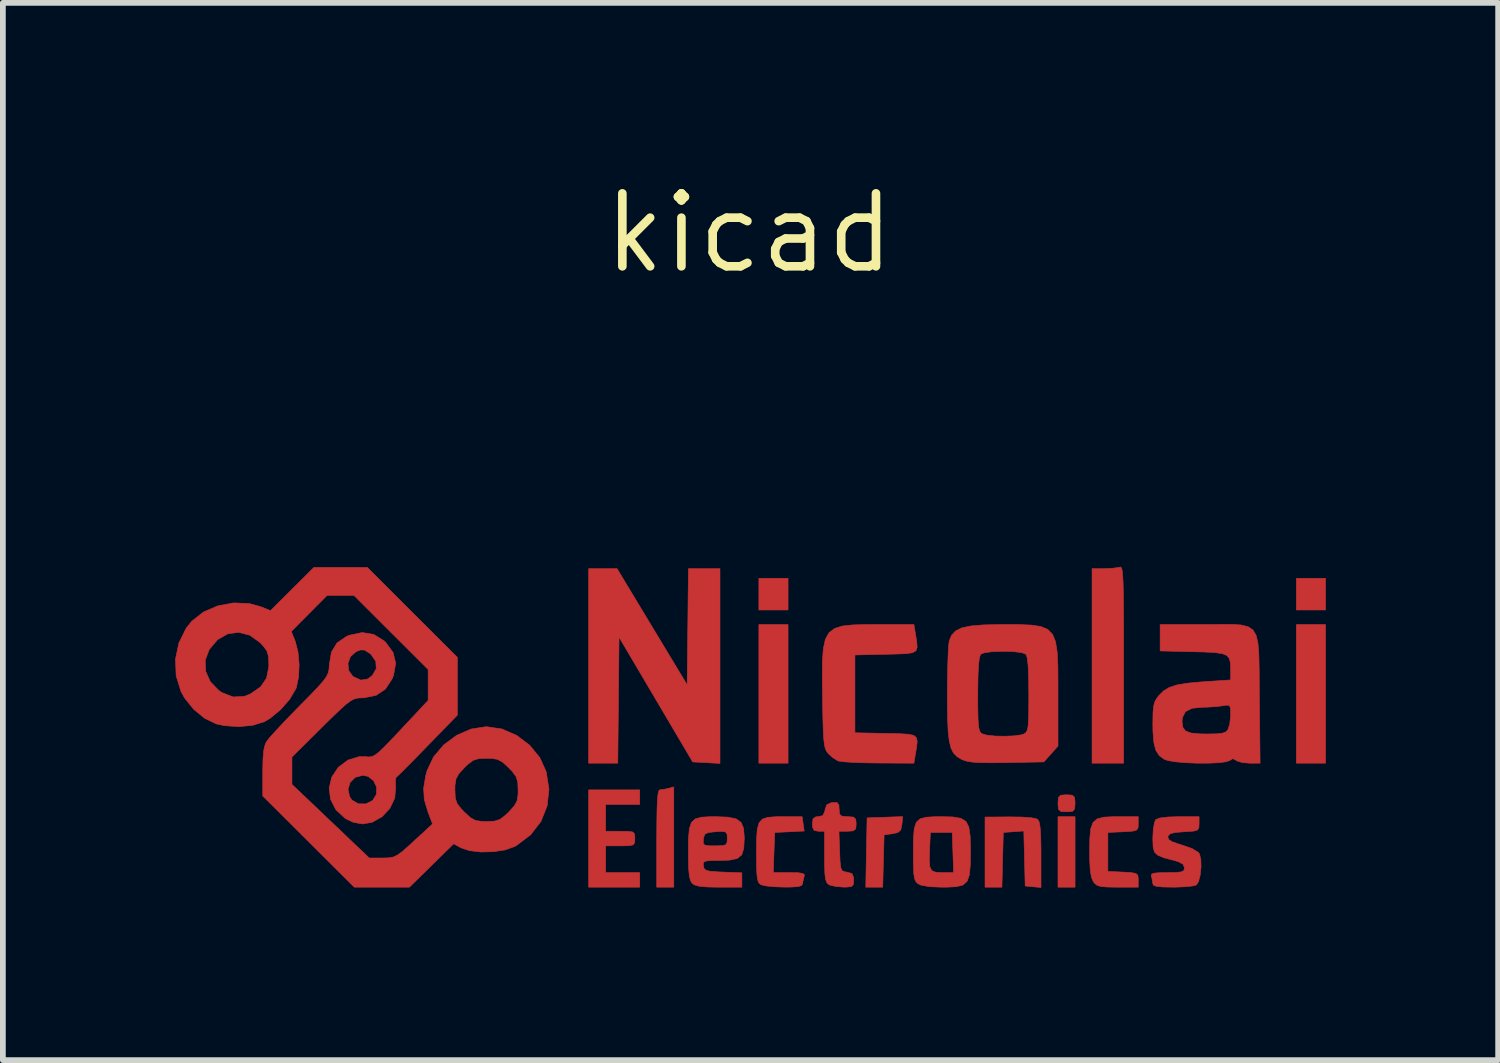
<source format=kicad_pcb>
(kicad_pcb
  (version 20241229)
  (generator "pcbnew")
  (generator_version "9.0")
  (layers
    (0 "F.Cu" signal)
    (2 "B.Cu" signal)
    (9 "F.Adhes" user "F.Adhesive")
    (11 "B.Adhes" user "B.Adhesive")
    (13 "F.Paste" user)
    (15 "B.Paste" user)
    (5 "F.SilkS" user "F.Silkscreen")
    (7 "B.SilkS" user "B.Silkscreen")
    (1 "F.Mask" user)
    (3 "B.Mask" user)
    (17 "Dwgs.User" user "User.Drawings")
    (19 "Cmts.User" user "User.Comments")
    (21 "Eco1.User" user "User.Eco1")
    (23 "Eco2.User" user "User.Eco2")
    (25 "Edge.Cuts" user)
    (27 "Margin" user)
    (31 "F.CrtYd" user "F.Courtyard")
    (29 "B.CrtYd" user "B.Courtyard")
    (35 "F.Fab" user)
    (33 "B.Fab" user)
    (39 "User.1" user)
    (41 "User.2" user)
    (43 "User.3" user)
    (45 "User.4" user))
  (footprint "kicad"
    (layer "F.Cu")
    (at 9.991 1.006)
    (property "Reference" "kicad" (at 0 0 0) (layer "F.SilkS") (effects (font (size 1.27 1.27) (thickness 0.15))))
    (attr through_hole)
    (fp_poly (pts (xy 0.677 6.562) (xy 0.169 6.562) (xy 0.169 6.011) (xy 0.677 6.011) (xy 0.677 6.562)) (stroke (width 0.01) (type solid)) (fill yes) (layer "F.Cu"))
    (fp_poly (pts (xy 0.677 9.229) (xy 0.169 9.229) (xy 0.169 6.816) (xy 0.677 6.816) (xy 0.677 9.229)) (stroke (width 0.01) (type solid)) (fill yes) (layer "F.Cu"))
    (fp_poly (pts (xy 5.673 11.388) (xy 5.376 11.388) (xy 5.376 10.16) (xy 5.673 10.16) (xy 5.673 11.388)) (stroke (width 0.01) (type solid)) (fill yes) (layer "F.Cu"))
    (fp_poly (pts (xy 10.033 6.562) (xy 9.525 6.562) (xy 9.525 6.011) (xy 10.033 6.011) (xy 10.033 6.562)) (stroke (width 0.01) (type solid)) (fill yes) (layer "F.Cu"))
    (fp_poly (pts (xy 10.033 9.229) (xy 9.525 9.229) (xy 9.525 6.816) (xy 10.033 6.816) (xy 10.033 9.229)) (stroke (width 0.01) (type solid)) (fill yes) (layer "F.Cu"))
    (fp_poly (pts (xy 2.659 10.297) (xy 2.639 10.392) (xy 2.586 10.437) (xy 2.498 10.456) (xy 2.349 10.477) (xy 2.325 11.388) (xy 2.03 11.388) (xy 2.041 10.784) (xy 2.053 10.181) (xy 2.363 10.17) (xy 2.672 10.159) (xy 2.659 10.297)) (stroke (width 0.01) (type solid)) (fill yes) (layer "F.Cu"))
    (fp_poly (pts (xy -1.312 11.388) (xy -1.609 11.388) (xy -1.609 10.541) (xy -1.607 10.238) (xy -1.603 10.01) (xy -1.596 9.851) (xy -1.584 9.751) (xy -1.569 9.702) (xy -1.556 9.694) (xy -1.474 9.683) (xy -1.408 9.668) (xy -1.312 9.642) (xy -1.312 11.388)) (stroke (width 0.01) (type solid)) (fill yes) (layer "F.Cu"))
    (fp_poly (pts (xy -1.69 6.854) (xy -1.079 7.866) (xy -1.068 6.854) (xy -1.057 5.842) (xy -0.508 5.842) (xy -0.508 9.233) (xy -0.746 9.22) (xy -0.983 9.207) (xy -2.265 7.035) (xy -2.287 9.229) (xy -2.794 9.229) (xy -2.794 5.842) (xy -2.3 5.842) (xy -1.69 6.854)) (stroke (width 0.01) (type solid)) (fill yes) (layer "F.Cu"))
    (fp_poly (pts (xy 5.624 9.786) (xy 5.665 9.823) (xy 5.673 9.916) (xy 5.673 9.927) (xy 5.666 10.026) (xy 5.629 10.067) (xy 5.536 10.075) (xy 5.524 10.075) (xy 5.425 10.069) (xy 5.384 10.032) (xy 5.376 9.938) (xy 5.376 9.927) (xy 5.383 9.828) (xy 5.42 9.787) (xy 5.513 9.779) (xy 5.524 9.779) (xy 5.624 9.786)) (stroke (width 0.01) (type solid)) (fill yes) (layer "F.Cu"))
    (fp_poly (pts (xy 6.469 5.816) (xy 6.483 5.835) (xy 6.494 5.881) (xy 6.502 5.96) (xy 6.509 6.08) (xy 6.513 6.249) (xy 6.516 6.473) (xy 6.518 6.761) (xy 6.519 7.119) (xy 6.519 7.51) (xy 6.519 9.229) (xy 5.969 9.229) (xy 5.969 5.842) (xy 6.177 5.842) (xy 6.314 5.837) (xy 6.422 5.824) (xy 6.452 5.816) (xy 6.469 5.816)) (stroke (width 0.01) (type solid)) (fill yes) (layer "F.Cu"))
    (fp_poly (pts (xy 4.749 10.167) (xy 4.911 10.179) (xy 5.007 10.199) (xy 5.023 10.208) (xy 5.048 10.252) (xy 5.065 10.345) (xy 5.075 10.496) (xy 5.08 10.716) (xy 5.08 10.824) (xy 5.08 11.393) (xy 4.942 11.38) (xy 4.805 11.367) (xy 4.793 10.888) (xy 4.781 10.409) (xy 4.602 10.422) (xy 4.424 10.435) (xy 4.4 11.388) (xy 4.106 11.388) (xy 4.106 10.167) (xy 4.536 10.164) (xy 4.749 10.167)) (stroke (width 0.01) (type solid)) (fill yes) (layer "F.Cu"))
    (fp_poly (pts (xy -1.905 9.948) (xy -2.498 9.948) (xy -2.498 10.414) (xy -2.244 10.414) (xy -2.103 10.416) (xy -2.027 10.427) (xy -1.996 10.459) (xy -1.99 10.52) (xy -1.99 10.541) (xy -1.993 10.611) (xy -2.016 10.649) (xy -2.079 10.665) (xy -2.203 10.668) (xy -2.244 10.668) (xy -2.498 10.668) (xy -2.498 11.134) (xy -1.905 11.134) (xy -1.905 11.388) (xy -2.794 11.388) (xy -2.794 9.694) (xy -1.905 9.694) (xy -1.905 9.948)) (stroke (width 0.01) (type solid)) (fill yes) (layer "F.Cu"))
    (fp_poly (pts (xy 6.773 10.285) (xy 6.77 10.353) (xy 6.746 10.392) (xy 6.682 10.411) (xy 6.558 10.42) (xy 6.509 10.423) (xy 6.244 10.435) (xy 6.244 11.113) (xy 6.509 11.125) (xy 6.653 11.134) (xy 6.732 11.149) (xy 6.766 11.181) (xy 6.773 11.239) (xy 6.773 11.263) (xy 6.773 11.388) (xy 6.416 11.388) (xy 6.238 11.385) (xy 6.124 11.376) (xy 6.055 11.355) (xy 6.01 11.317) (xy 5.993 11.294) (xy 5.959 11.218) (xy 5.938 11.099) (xy 5.928 10.92) (xy 5.927 10.774) (xy 5.93 10.535) (xy 5.947 10.367) (xy 5.987 10.259) (xy 6.061 10.197) (xy 6.179 10.168) (xy 6.351 10.16) (xy 6.416 10.16) (xy 6.773 10.16) (xy 6.773 10.285)) (stroke (width 0.01) (type solid)) (fill yes) (layer "F.Cu"))
    (fp_poly (pts (xy 0.958 10.41) (xy 0.701 10.423) (xy 0.445 10.435) (xy 0.432 10.784) (xy 0.42 11.134) (xy 0.701 11.134) (xy 0.852 11.136) (xy 0.933 11.148) (xy 0.962 11.171) (xy 0.957 11.201) (xy 0.934 11.296) (xy 0.931 11.328) (xy 0.912 11.359) (xy 0.846 11.378) (xy 0.717 11.386) (xy 0.603 11.386) (xy 0.436 11.38) (xy 0.295 11.366) (xy 0.208 11.345) (xy 0.201 11.342) (xy 0.169 11.313) (xy 0.148 11.26) (xy 0.135 11.169) (xy 0.129 11.023) (xy 0.127 10.809) (xy 0.127 10.796) (xy 0.129 10.552) (xy 0.141 10.38) (xy 0.172 10.268) (xy 0.231 10.202) (xy 0.328 10.171) (xy 0.472 10.161) (xy 0.591 10.16) (xy 0.922 10.16) (xy 0.958 10.41)) (stroke (width 0.01) (type solid)) (fill yes) (layer "F.Cu"))
    (fp_poly (pts (xy 3.549 10.165) (xy 3.686 10.189) (xy 3.774 10.243) (xy 3.824 10.342) (xy 3.847 10.498) (xy 3.852 10.724) (xy 3.852 10.764) (xy 3.849 11.006) (xy 3.833 11.175) (xy 3.794 11.285) (xy 3.723 11.349) (xy 3.609 11.379) (xy 3.444 11.387) (xy 3.371 11.388) (xy 3.141 11.379) (xy 2.992 11.352) (xy 2.94 11.328) (xy 2.904 11.293) (xy 2.88 11.241) (xy 2.866 11.156) (xy 2.86 11.021) (xy 2.858 10.915) (xy 3.136 10.915) (xy 3.145 11.034) (xy 3.178 11.099) (xy 3.244 11.127) (xy 3.349 11.134) (xy 3.366 11.134) (xy 3.559 11.134) (xy 3.547 10.784) (xy 3.535 10.435) (xy 3.154 10.435) (xy 3.141 10.727) (xy 3.136 10.915) (xy 2.858 10.915) (xy 2.858 10.82) (xy 2.857 10.774) (xy 2.86 10.535) (xy 2.874 10.368) (xy 2.909 10.259) (xy 2.977 10.197) (xy 3.087 10.169) (xy 3.25 10.16) (xy 3.352 10.16) (xy 3.549 10.165)) (stroke (width 0.01) (type solid)) (fill yes) (layer "F.Cu"))
    (fp_poly (pts (xy 2.894 6.974) (xy 2.917 7.114) (xy 2.924 7.21) (xy 2.904 7.271) (xy 2.844 7.306) (xy 2.732 7.323) (xy 2.557 7.329) (xy 2.381 7.333) (xy 1.841 7.345) (xy 1.841 8.7) (xy 2.381 8.711) (xy 2.611 8.716) (xy 2.768 8.725) (xy 2.865 8.745) (xy 2.913 8.787) (xy 2.925 8.856) (xy 2.912 8.963) (xy 2.894 9.07) (xy 2.868 9.229) (xy 2.249 9.226) (xy 2.022 9.223) (xy 1.82 9.216) (xy 1.661 9.206) (xy 1.563 9.193) (xy 1.545 9.189) (xy 1.454 9.131) (xy 1.376 9.06) (xy 1.347 9.022) (xy 1.325 8.973) (xy 1.309 8.9) (xy 1.297 8.792) (xy 1.289 8.637) (xy 1.283 8.421) (xy 1.278 8.135) (xy 1.278 8.113) (xy 1.273 7.748) (xy 1.275 7.459) (xy 1.291 7.237) (xy 1.327 7.072) (xy 1.39 6.958) (xy 1.487 6.884) (xy 1.623 6.841) (xy 1.806 6.822) (xy 2.041 6.816) (xy 2.236 6.816) (xy 2.868 6.816) (xy 2.894 6.974)) (stroke (width 0.01) (type solid)) (fill yes) (layer "F.Cu"))
    (fp_poly (pts (xy 1.531 9.914) (xy 1.562 9.957) (xy 1.566 10.03) (xy 1.574 10.117) (xy 1.615 10.153) (xy 1.714 10.16) (xy 1.814 10.167) (xy 1.855 10.203) (xy 1.863 10.287) (xy 1.855 10.372) (xy 1.813 10.407) (xy 1.713 10.414) (xy 1.713 10.414) (xy 1.563 10.414) (xy 1.575 10.763) (xy 1.582 10.934) (xy 1.593 11.039) (xy 1.613 11.094) (xy 1.65 11.117) (xy 1.704 11.126) (xy 1.788 11.15) (xy 1.818 11.215) (xy 1.82 11.263) (xy 1.814 11.341) (xy 1.78 11.377) (xy 1.694 11.386) (xy 1.64 11.386) (xy 1.509 11.376) (xy 1.405 11.351) (xy 1.386 11.342) (xy 1.353 11.311) (xy 1.331 11.253) (xy 1.318 11.154) (xy 1.313 10.997) (xy 1.312 10.856) (xy 1.312 10.414) (xy 1.206 10.414) (xy 1.131 10.4) (xy 1.103 10.342) (xy 1.101 10.287) (xy 1.112 10.196) (xy 1.161 10.163) (xy 1.204 10.16) (xy 1.283 10.141) (xy 1.317 10.066) (xy 1.32 10.044) (xy 1.35 9.953) (xy 1.431 9.916) (xy 1.45 9.914) (xy 1.531 9.914)) (stroke (width 0.01) (type solid)) (fill yes) (layer "F.Cu"))
    (fp_poly (pts (xy 7.832 10.285) (xy 7.828 10.353) (xy 7.804 10.392) (xy 7.74 10.411) (xy 7.616 10.42) (xy 7.568 10.423) (xy 7.416 10.435) (xy 7.33 10.456) (xy 7.294 10.493) (xy 7.289 10.508) (xy 7.3 10.555) (xy 7.361 10.596) (xy 7.488 10.64) (xy 7.535 10.654) (xy 7.707 10.714) (xy 7.815 10.779) (xy 7.839 10.809) (xy 7.863 10.905) (xy 7.866 11.039) (xy 7.851 11.179) (xy 7.821 11.293) (xy 7.785 11.349) (xy 7.717 11.367) (xy 7.589 11.38) (xy 7.425 11.387) (xy 7.377 11.387) (xy 7.198 11.384) (xy 7.089 11.373) (xy 7.037 11.352) (xy 7.027 11.328) (xy 7.012 11.235) (xy 7.002 11.201) (xy 7 11.166) (xy 7.037 11.145) (xy 7.13 11.136) (xy 7.277 11.134) (xy 7.434 11.131) (xy 7.525 11.121) (xy 7.567 11.098) (xy 7.578 11.057) (xy 7.578 11.051) (xy 7.554 10.989) (xy 7.471 10.944) (xy 7.398 10.922) (xy 7.222 10.876) (xy 7.114 10.832) (xy 7.055 10.776) (xy 7.032 10.689) (xy 7.027 10.555) (xy 7.027 10.529) (xy 7.035 10.375) (xy 7.056 10.259) (xy 7.078 10.211) (xy 7.15 10.183) (xy 7.292 10.166) (xy 7.48 10.16) (xy 7.832 10.16) (xy 7.832 10.285)) (stroke (width 0.01) (type solid)) (fill yes) (layer "F.Cu"))
    (fp_poly (pts (xy -0.373 10.168) (xy -0.228 10.198) (xy -0.141 10.26) (xy -0.097 10.364) (xy -0.085 10.52) (xy -0.085 10.54) (xy -0.094 10.714) (xy -0.13 10.826) (xy -0.209 10.889) (xy -0.345 10.917) (xy -0.514 10.922) (xy -0.669 10.924) (xy -0.756 10.933) (xy -0.794 10.955) (xy -0.799 10.996) (xy -0.797 11.017) (xy -0.783 11.066) (xy -0.748 11.095) (xy -0.672 11.112) (xy -0.537 11.121) (xy -0.455 11.125) (xy -0.127 11.137) (xy -0.127 11.388) (xy -0.526 11.388) (xy -0.731 11.384) (xy -0.868 11.371) (xy -0.953 11.348) (xy -0.992 11.321) (xy -1.022 11.272) (xy -1.042 11.189) (xy -1.054 11.056) (xy -1.058 10.858) (xy -1.058 10.777) (xy -1.057 10.62) (xy -0.8 10.62) (xy -0.775 10.655) (xy -0.702 10.667) (xy -0.595 10.668) (xy -0.469 10.665) (xy -0.406 10.649) (xy -0.384 10.605) (xy -0.381 10.539) (xy -0.385 10.461) (xy -0.413 10.425) (xy -0.486 10.417) (xy -0.582 10.422) (xy -0.705 10.435) (xy -0.767 10.461) (xy -0.791 10.516) (xy -0.797 10.552) (xy -0.8 10.62) (xy -1.057 10.62) (xy -1.056 10.537) (xy -1.041 10.369) (xy -1.004 10.26) (xy -0.936 10.198) (xy -0.827 10.169) (xy -0.667 10.16) (xy -0.588 10.16) (xy -0.373 10.168)) (stroke (width 0.01) (type solid)) (fill yes) (layer "F.Cu"))
    (fp_poly (pts (xy 4.69 6.816) (xy 4.909 6.825) (xy 5.076 6.849) (xy 5.197 6.9) (xy 5.281 6.985) (xy 5.333 7.113) (xy 5.362 7.295) (xy 5.374 7.539) (xy 5.376 7.853) (xy 5.376 8.041) (xy 5.376 8.931) (xy 5.253 9.069) (xy 5.129 9.207) (xy 4.48 9.219) (xy 4.215 9.222) (xy 4.021 9.219) (xy 3.881 9.21) (xy 3.782 9.193) (xy 3.709 9.168) (xy 3.697 9.162) (xy 3.618 9.114) (xy 3.558 9.053) (xy 3.514 8.967) (xy 3.484 8.846) (xy 3.464 8.677) (xy 3.454 8.451) (xy 3.45 8.155) (xy 3.45 8.029) (xy 3.979 8.029) (xy 3.98 8.279) (xy 3.984 8.457) (xy 3.992 8.578) (xy 4.006 8.653) (xy 4.027 8.696) (xy 4.053 8.717) (xy 4.143 8.742) (xy 4.286 8.757) (xy 4.454 8.76) (xy 4.616 8.753) (xy 4.742 8.735) (xy 4.786 8.719) (xy 4.818 8.696) (xy 4.84 8.658) (xy 4.855 8.591) (xy 4.863 8.482) (xy 4.867 8.317) (xy 4.868 8.084) (xy 4.868 8.029) (xy 4.865 7.74) (xy 4.856 7.53) (xy 4.841 7.396) (xy 4.819 7.333) (xy 4.818 7.332) (xy 4.746 7.305) (xy 4.605 7.287) (xy 4.424 7.281) (xy 4.232 7.288) (xy 4.095 7.306) (xy 4.03 7.332) (xy 4.008 7.392) (xy 3.992 7.523) (xy 3.983 7.729) (xy 3.979 8.015) (xy 3.979 8.029) (xy 3.45 8.029) (xy 3.45 8.022) (xy 3.452 7.762) (xy 3.457 7.524) (xy 3.464 7.323) (xy 3.473 7.177) (xy 3.483 7.1) (xy 3.525 7) (xy 3.595 6.926) (xy 3.703 6.873) (xy 3.861 6.84) (xy 4.079 6.822) (xy 4.37 6.816) (xy 4.411 6.816) (xy 4.69 6.816)) (stroke (width 0.01) (type solid)) (fill yes) (layer "F.Cu"))
    (fp_poly (pts (xy 8.562 6.823) (xy 8.684 6.853) (xy 8.769 6.91) (xy 8.825 7.004) (xy 8.857 7.143) (xy 8.872 7.336) (xy 8.878 7.593) (xy 8.88 7.92) (xy 8.881 8.103) (xy 8.894 9.229) (xy 8.71 9.229) (xy 8.585 9.218) (xy 8.492 9.19) (xy 8.475 9.178) (xy 8.418 9.149) (xy 8.374 9.178) (xy 8.304 9.204) (xy 8.172 9.221) (xy 7.997 9.229) (xy 7.801 9.229) (xy 7.603 9.221) (xy 7.426 9.206) (xy 7.289 9.183) (xy 7.226 9.161) (xy 7.138 9.096) (xy 7.079 9.004) (xy 7.045 8.869) (xy 7.029 8.675) (xy 7.027 8.531) (xy 7.028 8.504) (xy 7.535 8.504) (xy 7.548 8.603) (xy 7.595 8.668) (xy 7.69 8.704) (xy 7.848 8.719) (xy 7.966 8.721) (xy 8.137 8.718) (xy 8.242 8.706) (xy 8.303 8.682) (xy 8.337 8.64) (xy 8.338 8.639) (xy 8.366 8.545) (xy 8.381 8.413) (xy 8.382 8.379) (xy 8.379 8.268) (xy 8.357 8.222) (xy 8.3 8.219) (xy 8.25 8.229) (xy 8.128 8.244) (xy 7.97 8.254) (xy 7.893 8.255) (xy 7.709 8.273) (xy 7.594 8.332) (xy 7.541 8.436) (xy 7.535 8.504) (xy 7.028 8.504) (xy 7.03 8.35) (xy 7.042 8.23) (xy 7.067 8.147) (xy 7.113 8.076) (xy 7.135 8.049) (xy 7.216 7.969) (xy 7.315 7.91) (xy 7.446 7.867) (xy 7.626 7.837) (xy 7.871 7.814) (xy 7.948 7.809) (xy 8.382 7.78) (xy 8.381 7.605) (xy 8.378 7.491) (xy 8.361 7.41) (xy 8.318 7.355) (xy 8.236 7.322) (xy 8.103 7.303) (xy 7.907 7.293) (xy 7.727 7.289) (xy 7.154 7.275) (xy 7.154 6.816) (xy 7.912 6.816) (xy 8.182 6.814) (xy 8.397 6.813) (xy 8.562 6.823)) (stroke (width 0.01) (type solid)) (fill yes) (layer "F.Cu"))
    (fp_poly (pts (xy -5.864 6.604) (xy -5.08 7.386) (xy -5.08 8.393) (xy -5.599 8.927) (xy -5.768 9.101) (xy -5.918 9.253) (xy -6.037 9.372) (xy -6.116 9.449) (xy -6.145 9.474) (xy -6.158 9.52) (xy -6.156 9.617) (xy -6.153 9.644) (xy -6.169 9.836) (xy -6.254 10.015) (xy -6.39 10.161) (xy -6.564 10.258) (xy -6.731 10.287) (xy -6.894 10.257) (xy -7.032 10.191) (xy -7.194 10.039) (xy -7.287 9.857) (xy -7.308 9.685) (xy -6.983 9.685) (xy -6.955 9.813) (xy -6.915 9.871) (xy -6.804 9.936) (xy -6.672 9.938) (xy -6.554 9.878) (xy -6.487 9.77) (xy -6.485 9.646) (xy -6.538 9.534) (xy -6.635 9.458) (xy -6.724 9.44) (xy -6.857 9.475) (xy -6.947 9.565) (xy -6.983 9.685) (xy -7.308 9.685) (xy -7.311 9.663) (xy -7.266 9.472) (xy -7.154 9.303) (xy -6.982 9.174) (xy -6.787 9.115) (xy -6.68 9.116) (xy -6.619 9.121) (xy -6.566 9.114) (xy -6.508 9.085) (xy -6.434 9.027) (xy -6.334 8.93) (xy -6.197 8.787) (xy -6.055 8.636) (xy -5.588 8.137) (xy -5.588 7.598) (xy -6.88 6.308) (xy -7.347 6.308) (xy -7.659 6.622) (xy -7.971 6.936) (xy -7.901 7.109) (xy -7.854 7.293) (xy -7.834 7.512) (xy -7.844 7.73) (xy -7.882 7.912) (xy -7.891 7.934) (xy -7.998 8.116) (xy -8.157 8.297) (xy -8.337 8.446) (xy -8.44 8.507) (xy -8.642 8.57) (xy -8.885 8.593) (xy -9.135 8.576) (xy -9.277 8.545) (xy -9.478 8.448) (xy -9.67 8.29) (xy -9.828 8.094) (xy -9.89 7.982) (xy -9.975 7.707) (xy -9.985 7.438) (xy -9.469 7.438) (xy -9.461 7.63) (xy -9.38 7.811) (xy -9.23 7.965) (xy -9.176 8.001) (xy -8.983 8.076) (xy -8.791 8.067) (xy -8.687 8.026) (xy -8.507 7.903) (xy -8.402 7.751) (xy -8.362 7.556) (xy -8.361 7.511) (xy -8.367 7.369) (xy -8.397 7.271) (xy -8.465 7.181) (xy -8.514 7.129) (xy -8.693 7.001) (xy -8.886 6.951) (xy -9.077 6.977) (xy -9.253 7.078) (xy -9.398 7.249) (xy -9.469 7.438) (xy -9.985 7.438) (xy -9.986 7.418) (xy -9.927 7.136) (xy -9.8 6.88) (xy -9.702 6.757) (xy -9.499 6.598) (xy -9.248 6.49) (xy -8.974 6.439) (xy -8.7 6.451) (xy -8.506 6.504) (xy -8.332 6.574) (xy -7.954 6.197) (xy -7.576 5.821) (xy -6.647 5.821) (xy -5.864 6.604)) (stroke (width 0.01) (type solid)) (fill yes) (layer "F.Cu"))
    (fp_poly (pts (xy -6.534 6.988) (xy -6.351 7.103) (xy -6.325 7.129) (xy -6.198 7.302) (xy -6.153 7.49) (xy -6.19 7.697) (xy -6.215 7.761) (xy -6.332 7.939) (xy -6.494 8.048) (xy -6.708 8.091) (xy -6.745 8.092) (xy -6.812 8.095) (xy -6.873 8.11) (xy -6.938 8.144) (xy -7.02 8.205) (xy -7.129 8.304) (xy -7.278 8.447) (xy -7.44 8.607) (xy -7.959 9.122) (xy -7.959 9.598) (xy -7.286 10.239) (xy -6.613 10.88) (xy -6.384 10.88) (xy -6.278 10.877) (xy -6.197 10.864) (xy -6.12 10.828) (xy -6.029 10.76) (xy -5.904 10.649) (xy -5.833 10.583) (xy -5.511 10.287) (xy -5.592 10.075) (xy -5.655 9.863) (xy -5.665 9.694) (xy -5.122 9.694) (xy -5.116 9.832) (xy -5.086 9.928) (xy -5.016 10.02) (xy -4.958 10.08) (xy -4.852 10.178) (xy -4.763 10.227) (xy -4.652 10.243) (xy -4.572 10.245) (xy -4.434 10.238) (xy -4.338 10.208) (xy -4.246 10.138) (xy -4.186 10.08) (xy -4.089 9.974) (xy -4.04 9.885) (xy -4.023 9.774) (xy -4.022 9.694) (xy -4.028 9.557) (xy -4.058 9.461) (xy -4.128 9.368) (xy -4.186 9.308) (xy -4.292 9.211) (xy -4.381 9.162) (xy -4.492 9.145) (xy -4.572 9.144) (xy -4.71 9.15) (xy -4.806 9.18) (xy -4.898 9.25) (xy -4.958 9.308) (xy -5.055 9.414) (xy -5.104 9.504) (xy -5.121 9.615) (xy -5.122 9.694) (xy -5.665 9.694) (xy -5.667 9.665) (xy -5.63 9.446) (xy -5.606 9.358) (xy -5.494 9.12) (xy -5.316 8.91) (xy -5.092 8.744) (xy -4.839 8.634) (xy -4.575 8.594) (xy -4.572 8.594) (xy -4.302 8.634) (xy -4.046 8.746) (xy -3.821 8.916) (xy -3.644 9.133) (xy -3.533 9.378) (xy -3.485 9.683) (xy -3.517 9.974) (xy -3.624 10.242) (xy -3.803 10.474) (xy -4.048 10.66) (xy -4.085 10.681) (xy -4.249 10.739) (xy -4.455 10.77) (xy -4.673 10.775) (xy -4.872 10.751) (xy -5.016 10.702) (xy -5.144 10.632) (xy -5.915 11.388) (xy -6.873 11.388) (xy -7.67 10.594) (xy -8.467 9.8) (xy -8.467 9.375) (xy -8.463 9.155) (xy -8.449 9.002) (xy -8.424 8.899) (xy -8.397 8.847) (xy -8.345 8.782) (xy -8.244 8.67) (xy -8.107 8.523) (xy -7.944 8.354) (xy -7.822 8.229) (xy -7.637 8.042) (xy -7.504 7.902) (xy -7.413 7.799) (xy -7.357 7.721) (xy -7.326 7.655) (xy -7.313 7.59) (xy -7.308 7.514) (xy -7.308 7.509) (xy -7.305 7.493) (xy -6.984 7.493) (xy -6.971 7.618) (xy -6.899 7.718) (xy -6.893 7.722) (xy -6.759 7.783) (xy -6.638 7.763) (xy -6.559 7.702) (xy -6.491 7.583) (xy -6.5 7.454) (xy -6.582 7.336) (xy -6.61 7.313) (xy -6.698 7.259) (xy -6.772 7.259) (xy -6.843 7.288) (xy -6.94 7.373) (xy -6.984 7.493) (xy -7.305 7.493) (xy -7.271 7.294) (xy -7.174 7.136) (xy -7.012 7.024) (xy -6.962 7.003) (xy -6.738 6.955) (xy -6.534 6.988)) (stroke (width 0.01) (type solid)) (fill yes) (layer "F.Cu"))
    (fp_poly (pts (xy 0.677 6.562) (xy 0.169 6.562) (xy 0.169 6.011) (xy 0.677 6.011) (xy 0.677 6.562)) (stroke (width 0.01) (type solid)) (fill yes) (layer "F.Mask"))
    (fp_poly (pts (xy 0.677 9.229) (xy 0.169 9.229) (xy 0.169 6.816) (xy 0.677 6.816) (xy 0.677 9.229)) (stroke (width 0.01) (type solid)) (fill yes) (layer "F.Mask"))
    (fp_poly (pts (xy 5.673 11.388) (xy 5.376 11.388) (xy 5.376 10.16) (xy 5.673 10.16) (xy 5.673 11.388)) (stroke (width 0.01) (type solid)) (fill yes) (layer "F.Mask"))
    (fp_poly (pts (xy 10.033 6.562) (xy 9.525 6.562) (xy 9.525 6.011) (xy 10.033 6.011) (xy 10.033 6.562)) (stroke (width 0.01) (type solid)) (fill yes) (layer "F.Mask"))
    (fp_poly (pts (xy 10.033 9.229) (xy 9.525 9.229) (xy 9.525 6.816) (xy 10.033 6.816) (xy 10.033 9.229)) (stroke (width 0.01) (type solid)) (fill yes) (layer "F.Mask"))
    (fp_poly (pts (xy 2.659 10.297) (xy 2.639 10.392) (xy 2.586 10.437) (xy 2.498 10.456) (xy 2.349 10.477) (xy 2.325 11.388) (xy 2.03 11.388) (xy 2.041 10.784) (xy 2.053 10.181) (xy 2.363 10.17) (xy 2.672 10.159) (xy 2.659 10.297)) (stroke (width 0.01) (type solid)) (fill yes) (layer "F.Mask"))
    (fp_poly (pts (xy -1.312 11.388) (xy -1.609 11.388) (xy -1.609 10.541) (xy -1.607 10.238) (xy -1.603 10.01) (xy -1.596 9.851) (xy -1.584 9.751) (xy -1.569 9.702) (xy -1.556 9.694) (xy -1.474 9.683) (xy -1.408 9.668) (xy -1.312 9.642) (xy -1.312 11.388)) (stroke (width 0.01) (type solid)) (fill yes) (layer "F.Mask"))
    (fp_poly (pts (xy -1.69 6.854) (xy -1.079 7.866) (xy -1.068 6.854) (xy -1.057 5.842) (xy -0.508 5.842) (xy -0.508 9.233) (xy -0.746 9.22) (xy -0.983 9.207) (xy -2.265 7.035) (xy -2.287 9.229) (xy -2.794 9.229) (xy -2.794 5.842) (xy -2.3 5.842) (xy -1.69 6.854)) (stroke (width 0.01) (type solid)) (fill yes) (layer "F.Mask"))
    (fp_poly (pts (xy 5.624 9.786) (xy 5.665 9.823) (xy 5.673 9.916) (xy 5.673 9.927) (xy 5.666 10.026) (xy 5.629 10.067) (xy 5.536 10.075) (xy 5.524 10.075) (xy 5.425 10.069) (xy 5.384 10.032) (xy 5.376 9.938) (xy 5.376 9.927) (xy 5.383 9.828) (xy 5.42 9.787) (xy 5.513 9.779) (xy 5.524 9.779) (xy 5.624 9.786)) (stroke (width 0.01) (type solid)) (fill yes) (layer "F.Mask"))
    (fp_poly (pts (xy 6.469 5.816) (xy 6.483 5.835) (xy 6.494 5.881) (xy 6.502 5.96) (xy 6.509 6.08) (xy 6.513 6.249) (xy 6.516 6.473) (xy 6.518 6.761) (xy 6.519 7.119) (xy 6.519 7.51) (xy 6.519 9.229) (xy 5.969 9.229) (xy 5.969 5.842) (xy 6.177 5.842) (xy 6.314 5.837) (xy 6.422 5.824) (xy 6.452 5.816) (xy 6.469 5.816)) (stroke (width 0.01) (type solid)) (fill yes) (layer "F.Mask"))
    (fp_poly (pts (xy 4.749 10.167) (xy 4.911 10.179) (xy 5.007 10.199) (xy 5.023 10.208) (xy 5.048 10.252) (xy 5.065 10.345) (xy 5.075 10.496) (xy 5.08 10.716) (xy 5.08 10.824) (xy 5.08 11.393) (xy 4.942 11.38) (xy 4.805 11.367) (xy 4.793 10.888) (xy 4.781 10.409) (xy 4.602 10.422) (xy 4.424 10.435) (xy 4.4 11.388) (xy 4.106 11.388) (xy 4.106 10.167) (xy 4.536 10.164) (xy 4.749 10.167)) (stroke (width 0.01) (type solid)) (fill yes) (layer "F.Mask"))
    (fp_poly (pts (xy -1.905 9.948) (xy -2.498 9.948) (xy -2.498 10.414) (xy -2.244 10.414) (xy -2.103 10.416) (xy -2.027 10.427) (xy -1.996 10.459) (xy -1.99 10.52) (xy -1.99 10.541) (xy -1.993 10.611) (xy -2.016 10.649) (xy -2.079 10.665) (xy -2.203 10.668) (xy -2.244 10.668) (xy -2.498 10.668) (xy -2.498 11.134) (xy -1.905 11.134) (xy -1.905 11.388) (xy -2.794 11.388) (xy -2.794 9.694) (xy -1.905 9.694) (xy -1.905 9.948)) (stroke (width 0.01) (type solid)) (fill yes) (layer "F.Mask"))
    (fp_poly (pts (xy 6.773 10.285) (xy 6.77 10.353) (xy 6.746 10.392) (xy 6.682 10.411) (xy 6.558 10.42) (xy 6.509 10.423) (xy 6.244 10.435) (xy 6.244 11.113) (xy 6.509 11.125) (xy 6.653 11.134) (xy 6.732 11.149) (xy 6.766 11.181) (xy 6.773 11.239) (xy 6.773 11.263) (xy 6.773 11.388) (xy 6.416 11.388) (xy 6.238 11.385) (xy 6.124 11.376) (xy 6.055 11.355) (xy 6.01 11.317) (xy 5.993 11.294) (xy 5.959 11.218) (xy 5.938 11.099) (xy 5.928 10.92) (xy 5.927 10.774) (xy 5.93 10.535) (xy 5.947 10.367) (xy 5.987 10.259) (xy 6.061 10.197) (xy 6.179 10.168) (xy 6.351 10.16) (xy 6.416 10.16) (xy 6.773 10.16) (xy 6.773 10.285)) (stroke (width 0.01) (type solid)) (fill yes) (layer "F.Mask"))
    (fp_poly (pts (xy 0.958 10.41) (xy 0.701 10.423) (xy 0.445 10.435) (xy 0.432 10.784) (xy 0.42 11.134) (xy 0.701 11.134) (xy 0.852 11.136) (xy 0.933 11.148) (xy 0.962 11.171) (xy 0.957 11.201) (xy 0.934 11.296) (xy 0.931 11.328) (xy 0.912 11.359) (xy 0.846 11.378) (xy 0.717 11.386) (xy 0.603 11.386) (xy 0.436 11.38) (xy 0.295 11.366) (xy 0.208 11.345) (xy 0.201 11.342) (xy 0.169 11.313) (xy 0.148 11.26) (xy 0.135 11.169) (xy 0.129 11.023) (xy 0.127 10.809) (xy 0.127 10.796) (xy 0.129 10.552) (xy 0.141 10.38) (xy 0.172 10.268) (xy 0.231 10.202) (xy 0.328 10.171) (xy 0.472 10.161) (xy 0.591 10.16) (xy 0.922 10.16) (xy 0.958 10.41)) (stroke (width 0.01) (type solid)) (fill yes) (layer "F.Mask"))
    (fp_poly (pts (xy 3.549 10.165) (xy 3.686 10.189) (xy 3.774 10.243) (xy 3.824 10.342) (xy 3.847 10.498) (xy 3.852 10.724) (xy 3.852 10.764) (xy 3.849 11.006) (xy 3.833 11.175) (xy 3.794 11.285) (xy 3.723 11.349) (xy 3.609 11.379) (xy 3.444 11.387) (xy 3.371 11.388) (xy 3.141 11.379) (xy 2.992 11.352) (xy 2.94 11.328) (xy 2.904 11.293) (xy 2.88 11.241) (xy 2.866 11.156) (xy 2.86 11.021) (xy 2.858 10.915) (xy 3.136 10.915) (xy 3.145 11.034) (xy 3.178 11.099) (xy 3.244 11.127) (xy 3.349 11.134) (xy 3.366 11.134) (xy 3.559 11.134) (xy 3.547 10.784) (xy 3.535 10.435) (xy 3.154 10.435) (xy 3.141 10.727) (xy 3.136 10.915) (xy 2.858 10.915) (xy 2.858 10.82) (xy 2.857 10.774) (xy 2.86 10.535) (xy 2.874 10.368) (xy 2.909 10.259) (xy 2.977 10.197) (xy 3.087 10.169) (xy 3.25 10.16) (xy 3.352 10.16) (xy 3.549 10.165)) (stroke (width 0.01) (type solid)) (fill yes) (layer "F.Mask"))
    (fp_poly (pts (xy 2.894 6.974) (xy 2.917 7.114) (xy 2.924 7.21) (xy 2.904 7.271) (xy 2.844 7.306) (xy 2.732 7.323) (xy 2.557 7.329) (xy 2.381 7.333) (xy 1.841 7.345) (xy 1.841 8.7) (xy 2.381 8.711) (xy 2.611 8.716) (xy 2.768 8.725) (xy 2.865 8.745) (xy 2.913 8.787) (xy 2.925 8.856) (xy 2.912 8.963) (xy 2.894 9.07) (xy 2.868 9.229) (xy 2.249 9.226) (xy 2.022 9.223) (xy 1.82 9.216) (xy 1.661 9.206) (xy 1.563 9.193) (xy 1.545 9.189) (xy 1.454 9.131) (xy 1.376 9.06) (xy 1.347 9.022) (xy 1.325 8.973) (xy 1.309 8.9) (xy 1.297 8.792) (xy 1.289 8.637) (xy 1.283 8.421) (xy 1.278 8.135) (xy 1.278 8.113) (xy 1.273 7.748) (xy 1.275 7.459) (xy 1.291 7.237) (xy 1.327 7.072) (xy 1.39 6.958) (xy 1.487 6.884) (xy 1.623 6.841) (xy 1.806 6.822) (xy 2.041 6.816) (xy 2.236 6.816) (xy 2.868 6.816) (xy 2.894 6.974)) (stroke (width 0.01) (type solid)) (fill yes) (layer "F.Mask"))
    (fp_poly (pts (xy 1.531 9.914) (xy 1.562 9.957) (xy 1.566 10.03) (xy 1.574 10.117) (xy 1.615 10.153) (xy 1.714 10.16) (xy 1.814 10.167) (xy 1.855 10.203) (xy 1.863 10.287) (xy 1.855 10.372) (xy 1.813 10.407) (xy 1.713 10.414) (xy 1.713 10.414) (xy 1.563 10.414) (xy 1.575 10.763) (xy 1.582 10.934) (xy 1.593 11.039) (xy 1.613 11.094) (xy 1.65 11.117) (xy 1.704 11.126) (xy 1.788 11.15) (xy 1.818 11.215) (xy 1.82 11.263) (xy 1.814 11.341) (xy 1.78 11.377) (xy 1.694 11.386) (xy 1.64 11.386) (xy 1.509 11.376) (xy 1.405 11.351) (xy 1.386 11.342) (xy 1.353 11.311) (xy 1.331 11.253) (xy 1.318 11.154) (xy 1.313 10.997) (xy 1.312 10.856) (xy 1.312 10.414) (xy 1.206 10.414) (xy 1.131 10.4) (xy 1.103 10.342) (xy 1.101 10.287) (xy 1.112 10.196) (xy 1.161 10.163) (xy 1.204 10.16) (xy 1.283 10.141) (xy 1.317 10.066) (xy 1.32 10.044) (xy 1.35 9.953) (xy 1.431 9.916) (xy 1.45 9.914) (xy 1.531 9.914)) (stroke (width 0.01) (type solid)) (fill yes) (layer "F.Mask"))
    (fp_poly (pts (xy 7.832 10.285) (xy 7.828 10.353) (xy 7.804 10.392) (xy 7.74 10.411) (xy 7.616 10.42) (xy 7.568 10.423) (xy 7.416 10.435) (xy 7.33 10.456) (xy 7.294 10.493) (xy 7.289 10.508) (xy 7.3 10.555) (xy 7.361 10.596) (xy 7.488 10.64) (xy 7.535 10.654) (xy 7.707 10.714) (xy 7.815 10.779) (xy 7.839 10.809) (xy 7.863 10.905) (xy 7.866 11.039) (xy 7.851 11.179) (xy 7.821 11.293) (xy 7.785 11.349) (xy 7.717 11.367) (xy 7.589 11.38) (xy 7.425 11.387) (xy 7.377 11.387) (xy 7.198 11.384) (xy 7.089 11.373) (xy 7.037 11.352) (xy 7.027 11.328) (xy 7.012 11.235) (xy 7.002 11.201) (xy 7 11.166) (xy 7.037 11.145) (xy 7.13 11.136) (xy 7.277 11.134) (xy 7.434 11.131) (xy 7.525 11.121) (xy 7.567 11.098) (xy 7.578 11.057) (xy 7.578 11.051) (xy 7.554 10.989) (xy 7.471 10.944) (xy 7.398 10.922) (xy 7.222 10.876) (xy 7.114 10.832) (xy 7.055 10.776) (xy 7.032 10.689) (xy 7.027 10.555) (xy 7.027 10.529) (xy 7.035 10.375) (xy 7.056 10.259) (xy 7.078 10.211) (xy 7.15 10.183) (xy 7.292 10.166) (xy 7.48 10.16) (xy 7.832 10.16) (xy 7.832 10.285)) (stroke (width 0.01) (type solid)) (fill yes) (layer "F.Mask"))
    (fp_poly (pts (xy -0.373 10.168) (xy -0.228 10.198) (xy -0.141 10.26) (xy -0.097 10.364) (xy -0.085 10.52) (xy -0.085 10.54) (xy -0.094 10.714) (xy -0.13 10.826) (xy -0.209 10.889) (xy -0.345 10.917) (xy -0.514 10.922) (xy -0.669 10.924) (xy -0.756 10.933) (xy -0.794 10.955) (xy -0.799 10.996) (xy -0.797 11.017) (xy -0.783 11.066) (xy -0.748 11.095) (xy -0.672 11.112) (xy -0.537 11.121) (xy -0.455 11.125) (xy -0.127 11.137) (xy -0.127 11.388) (xy -0.526 11.388) (xy -0.731 11.384) (xy -0.868 11.371) (xy -0.953 11.348) (xy -0.992 11.321) (xy -1.022 11.272) (xy -1.042 11.189) (xy -1.054 11.056) (xy -1.058 10.858) (xy -1.058 10.777) (xy -1.057 10.62) (xy -0.8 10.62) (xy -0.775 10.655) (xy -0.702 10.667) (xy -0.595 10.668) (xy -0.469 10.665) (xy -0.406 10.649) (xy -0.384 10.605) (xy -0.381 10.539) (xy -0.385 10.461) (xy -0.413 10.425) (xy -0.486 10.417) (xy -0.582 10.422) (xy -0.705 10.435) (xy -0.767 10.461) (xy -0.791 10.516) (xy -0.797 10.552) (xy -0.8 10.62) (xy -1.057 10.62) (xy -1.056 10.537) (xy -1.041 10.369) (xy -1.004 10.26) (xy -0.936 10.198) (xy -0.827 10.169) (xy -0.667 10.16) (xy -0.588 10.16) (xy -0.373 10.168)) (stroke (width 0.01) (type solid)) (fill yes) (layer "F.Mask"))
    (fp_poly (pts (xy 4.69 6.816) (xy 4.909 6.825) (xy 5.076 6.849) (xy 5.197 6.9) (xy 5.281 6.985) (xy 5.333 7.113) (xy 5.362 7.295) (xy 5.374 7.539) (xy 5.376 7.853) (xy 5.376 8.041) (xy 5.376 8.931) (xy 5.253 9.069) (xy 5.129 9.207) (xy 4.48 9.219) (xy 4.215 9.222) (xy 4.021 9.219) (xy 3.881 9.21) (xy 3.782 9.193) (xy 3.709 9.168) (xy 3.697 9.162) (xy 3.618 9.114) (xy 3.558 9.053) (xy 3.514 8.967) (xy 3.484 8.846) (xy 3.464 8.677) (xy 3.454 8.451) (xy 3.45 8.155) (xy 3.45 8.029) (xy 3.979 8.029) (xy 3.98 8.279) (xy 3.984 8.457) (xy 3.992 8.578) (xy 4.006 8.653) (xy 4.027 8.696) (xy 4.053 8.717) (xy 4.143 8.742) (xy 4.286 8.757) (xy 4.454 8.76) (xy 4.616 8.753) (xy 4.742 8.735) (xy 4.786 8.719) (xy 4.818 8.696) (xy 4.84 8.658) (xy 4.855 8.591) (xy 4.863 8.482) (xy 4.867 8.317) (xy 4.868 8.084) (xy 4.868 8.029) (xy 4.865 7.74) (xy 4.856 7.53) (xy 4.841 7.396) (xy 4.819 7.333) (xy 4.818 7.332) (xy 4.746 7.305) (xy 4.605 7.287) (xy 4.424 7.281) (xy 4.232 7.288) (xy 4.095 7.306) (xy 4.03 7.332) (xy 4.008 7.392) (xy 3.992 7.523) (xy 3.983 7.729) (xy 3.979 8.015) (xy 3.979 8.029) (xy 3.45 8.029) (xy 3.45 8.022) (xy 3.452 7.762) (xy 3.457 7.524) (xy 3.464 7.323) (xy 3.473 7.177) (xy 3.483 7.1) (xy 3.525 7) (xy 3.595 6.926) (xy 3.703 6.873) (xy 3.861 6.84) (xy 4.079 6.822) (xy 4.37 6.816) (xy 4.411 6.816) (xy 4.69 6.816)) (stroke (width 0.01) (type solid)) (fill yes) (layer "F.Mask"))
    (fp_poly (pts (xy 8.562 6.823) (xy 8.684 6.853) (xy 8.769 6.91) (xy 8.825 7.004) (xy 8.857 7.143) (xy 8.872 7.336) (xy 8.878 7.593) (xy 8.88 7.92) (xy 8.881 8.103) (xy 8.894 9.229) (xy 8.71 9.229) (xy 8.585 9.218) (xy 8.492 9.19) (xy 8.475 9.178) (xy 8.418 9.149) (xy 8.374 9.178) (xy 8.304 9.204) (xy 8.172 9.221) (xy 7.997 9.229) (xy 7.801 9.229) (xy 7.603 9.221) (xy 7.426 9.206) (xy 7.289 9.183) (xy 7.226 9.161) (xy 7.138 9.096) (xy 7.079 9.004) (xy 7.045 8.869) (xy 7.029 8.675) (xy 7.027 8.531) (xy 7.028 8.504) (xy 7.535 8.504) (xy 7.548 8.603) (xy 7.595 8.668) (xy 7.69 8.704) (xy 7.848 8.719) (xy 7.966 8.721) (xy 8.137 8.718) (xy 8.242 8.706) (xy 8.303 8.682) (xy 8.337 8.64) (xy 8.338 8.639) (xy 8.366 8.545) (xy 8.381 8.413) (xy 8.382 8.379) (xy 8.379 8.268) (xy 8.357 8.222) (xy 8.3 8.219) (xy 8.25 8.229) (xy 8.128 8.244) (xy 7.97 8.254) (xy 7.893 8.255) (xy 7.709 8.273) (xy 7.594 8.332) (xy 7.541 8.436) (xy 7.535 8.504) (xy 7.028 8.504) (xy 7.03 8.35) (xy 7.042 8.23) (xy 7.067 8.147) (xy 7.113 8.076) (xy 7.135 8.049) (xy 7.216 7.969) (xy 7.315 7.91) (xy 7.446 7.867) (xy 7.626 7.837) (xy 7.871 7.814) (xy 7.948 7.809) (xy 8.382 7.78) (xy 8.381 7.605) (xy 8.378 7.491) (xy 8.361 7.41) (xy 8.318 7.355) (xy 8.236 7.322) (xy 8.103 7.303) (xy 7.907 7.293) (xy 7.727 7.289) (xy 7.154 7.275) (xy 7.154 6.816) (xy 7.912 6.816) (xy 8.182 6.814) (xy 8.397 6.813) (xy 8.562 6.823)) (stroke (width 0.01) (type solid)) (fill yes) (layer "F.Mask"))
    (fp_poly (pts (xy -5.864 6.604) (xy -5.08 7.386) (xy -5.08 8.393) (xy -5.599 8.927) (xy -5.768 9.101) (xy -5.918 9.253) (xy -6.037 9.372) (xy -6.116 9.449) (xy -6.145 9.474) (xy -6.158 9.52) (xy -6.156 9.617) (xy -6.153 9.644) (xy -6.169 9.836) (xy -6.254 10.015) (xy -6.39 10.161) (xy -6.564 10.258) (xy -6.731 10.287) (xy -6.894 10.257) (xy -7.032 10.191) (xy -7.194 10.039) (xy -7.287 9.857) (xy -7.308 9.685) (xy -6.983 9.685) (xy -6.955 9.813) (xy -6.915 9.871) (xy -6.804 9.936) (xy -6.672 9.938) (xy -6.554 9.878) (xy -6.487 9.77) (xy -6.485 9.646) (xy -6.538 9.534) (xy -6.635 9.458) (xy -6.724 9.44) (xy -6.857 9.475) (xy -6.947 9.565) (xy -6.983 9.685) (xy -7.308 9.685) (xy -7.311 9.663) (xy -7.266 9.472) (xy -7.154 9.303) (xy -6.982 9.174) (xy -6.787 9.115) (xy -6.68 9.116) (xy -6.619 9.121) (xy -6.566 9.114) (xy -6.508 9.085) (xy -6.434 9.027) (xy -6.334 8.93) (xy -6.197 8.787) (xy -6.055 8.636) (xy -5.588 8.137) (xy -5.588 7.598) (xy -6.88 6.308) (xy -7.347 6.308) (xy -7.659 6.622) (xy -7.971 6.936) (xy -7.901 7.109) (xy -7.854 7.293) (xy -7.834 7.512) (xy -7.844 7.73) (xy -7.882 7.912) (xy -7.891 7.934) (xy -7.998 8.116) (xy -8.157 8.297) (xy -8.337 8.446) (xy -8.44 8.507) (xy -8.642 8.57) (xy -8.885 8.593) (xy -9.135 8.576) (xy -9.277 8.545) (xy -9.478 8.448) (xy -9.67 8.29) (xy -9.828 8.094) (xy -9.89 7.982) (xy -9.975 7.707) (xy -9.985 7.438) (xy -9.469 7.438) (xy -9.461 7.63) (xy -9.38 7.811) (xy -9.23 7.965) (xy -9.176 8.001) (xy -8.983 8.076) (xy -8.791 8.067) (xy -8.687 8.026) (xy -8.507 7.903) (xy -8.402 7.751) (xy -8.362 7.556) (xy -8.361 7.511) (xy -8.367 7.369) (xy -8.397 7.271) (xy -8.465 7.181) (xy -8.514 7.129) (xy -8.693 7.001) (xy -8.886 6.951) (xy -9.077 6.977) (xy -9.253 7.078) (xy -9.398 7.249) (xy -9.469 7.438) (xy -9.985 7.438) (xy -9.986 7.418) (xy -9.927 7.136) (xy -9.8 6.88) (xy -9.702 6.757) (xy -9.499 6.598) (xy -9.248 6.49) (xy -8.974 6.439) (xy -8.7 6.451) (xy -8.506 6.504) (xy -8.332 6.574) (xy -7.954 6.197) (xy -7.576 5.821) (xy -6.647 5.821) (xy -5.864 6.604)) (stroke (width 0.01) (type solid)) (fill yes) (layer "F.Mask"))
    (fp_poly (pts (xy -6.534 6.988) (xy -6.351 7.103) (xy -6.325 7.129) (xy -6.198 7.302) (xy -6.153 7.49) (xy -6.19 7.697) (xy -6.215 7.761) (xy -6.332 7.939) (xy -6.494 8.048) (xy -6.708 8.091) (xy -6.745 8.092) (xy -6.812 8.095) (xy -6.873 8.11) (xy -6.938 8.144) (xy -7.02 8.205) (xy -7.129 8.304) (xy -7.278 8.447) (xy -7.44 8.607) (xy -7.959 9.122) (xy -7.959 9.598) (xy -7.286 10.239) (xy -6.613 10.88) (xy -6.384 10.88) (xy -6.278 10.877) (xy -6.197 10.864) (xy -6.12 10.828) (xy -6.029 10.76) (xy -5.904 10.649) (xy -5.833 10.583) (xy -5.511 10.287) (xy -5.592 10.075) (xy -5.655 9.863) (xy -5.665 9.694) (xy -5.122 9.694) (xy -5.116 9.832) (xy -5.086 9.928) (xy -5.016 10.02) (xy -4.958 10.08) (xy -4.852 10.178) (xy -4.763 10.227) (xy -4.652 10.243) (xy -4.572 10.245) (xy -4.434 10.238) (xy -4.338 10.208) (xy -4.246 10.138) (xy -4.186 10.08) (xy -4.089 9.974) (xy -4.04 9.885) (xy -4.023 9.774) (xy -4.022 9.694) (xy -4.028 9.557) (xy -4.058 9.461) (xy -4.128 9.368) (xy -4.186 9.308) (xy -4.292 9.211) (xy -4.381 9.162) (xy -4.492 9.145) (xy -4.572 9.144) (xy -4.71 9.15) (xy -4.806 9.18) (xy -4.898 9.25) (xy -4.958 9.308) (xy -5.055 9.414) (xy -5.104 9.504) (xy -5.121 9.615) (xy -5.122 9.694) (xy -5.665 9.694) (xy -5.667 9.665) (xy -5.63 9.446) (xy -5.606 9.358) (xy -5.494 9.12) (xy -5.316 8.91) (xy -5.092 8.744) (xy -4.839 8.634) (xy -4.575 8.594) (xy -4.572 8.594) (xy -4.302 8.634) (xy -4.046 8.746) (xy -3.821 8.916) (xy -3.644 9.133) (xy -3.533 9.378) (xy -3.485 9.683) (xy -3.517 9.974) (xy -3.624 10.242) (xy -3.803 10.474) (xy -4.048 10.66) (xy -4.085 10.681) (xy -4.249 10.739) (xy -4.455 10.77) (xy -4.673 10.775) (xy -4.872 10.751) (xy -5.016 10.702) (xy -5.144 10.632) (xy -5.915 11.388) (xy -6.873 11.388) (xy -7.67 10.594) (xy -8.467 9.8) (xy -8.467 9.375) (xy -8.463 9.155) (xy -8.449 9.002) (xy -8.424 8.899) (xy -8.397 8.847) (xy -8.345 8.782) (xy -8.244 8.67) (xy -8.107 8.523) (xy -7.944 8.354) (xy -7.822 8.229) (xy -7.637 8.042) (xy -7.504 7.902) (xy -7.413 7.799) (xy -7.357 7.721) (xy -7.326 7.655) (xy -7.313 7.59) (xy -7.308 7.514) (xy -7.308 7.509) (xy -7.305 7.493) (xy -6.984 7.493) (xy -6.971 7.618) (xy -6.899 7.718) (xy -6.893 7.722) (xy -6.759 7.783) (xy -6.638 7.763) (xy -6.559 7.702) (xy -6.491 7.583) (xy -6.5 7.454) (xy -6.582 7.336) (xy -6.61 7.313) (xy -6.698 7.259) (xy -6.772 7.259) (xy -6.843 7.288) (xy -6.94 7.373) (xy -6.984 7.493) (xy -7.305 7.493) (xy -7.271 7.294) (xy -7.174 7.136) (xy -7.012 7.024) (xy -6.962 7.003) (xy -6.738 6.955) (xy -6.534 6.988)) (stroke (width 0.01) (type solid)) (fill yes) (layer "F.Mask")))
  (gr_rect
    (start -3 -3)
    (end 23.029 15.404)
    (stroke (width 0.1) (type default))
    (fill no)
    (layer "Edge.Cuts")))
</source>
